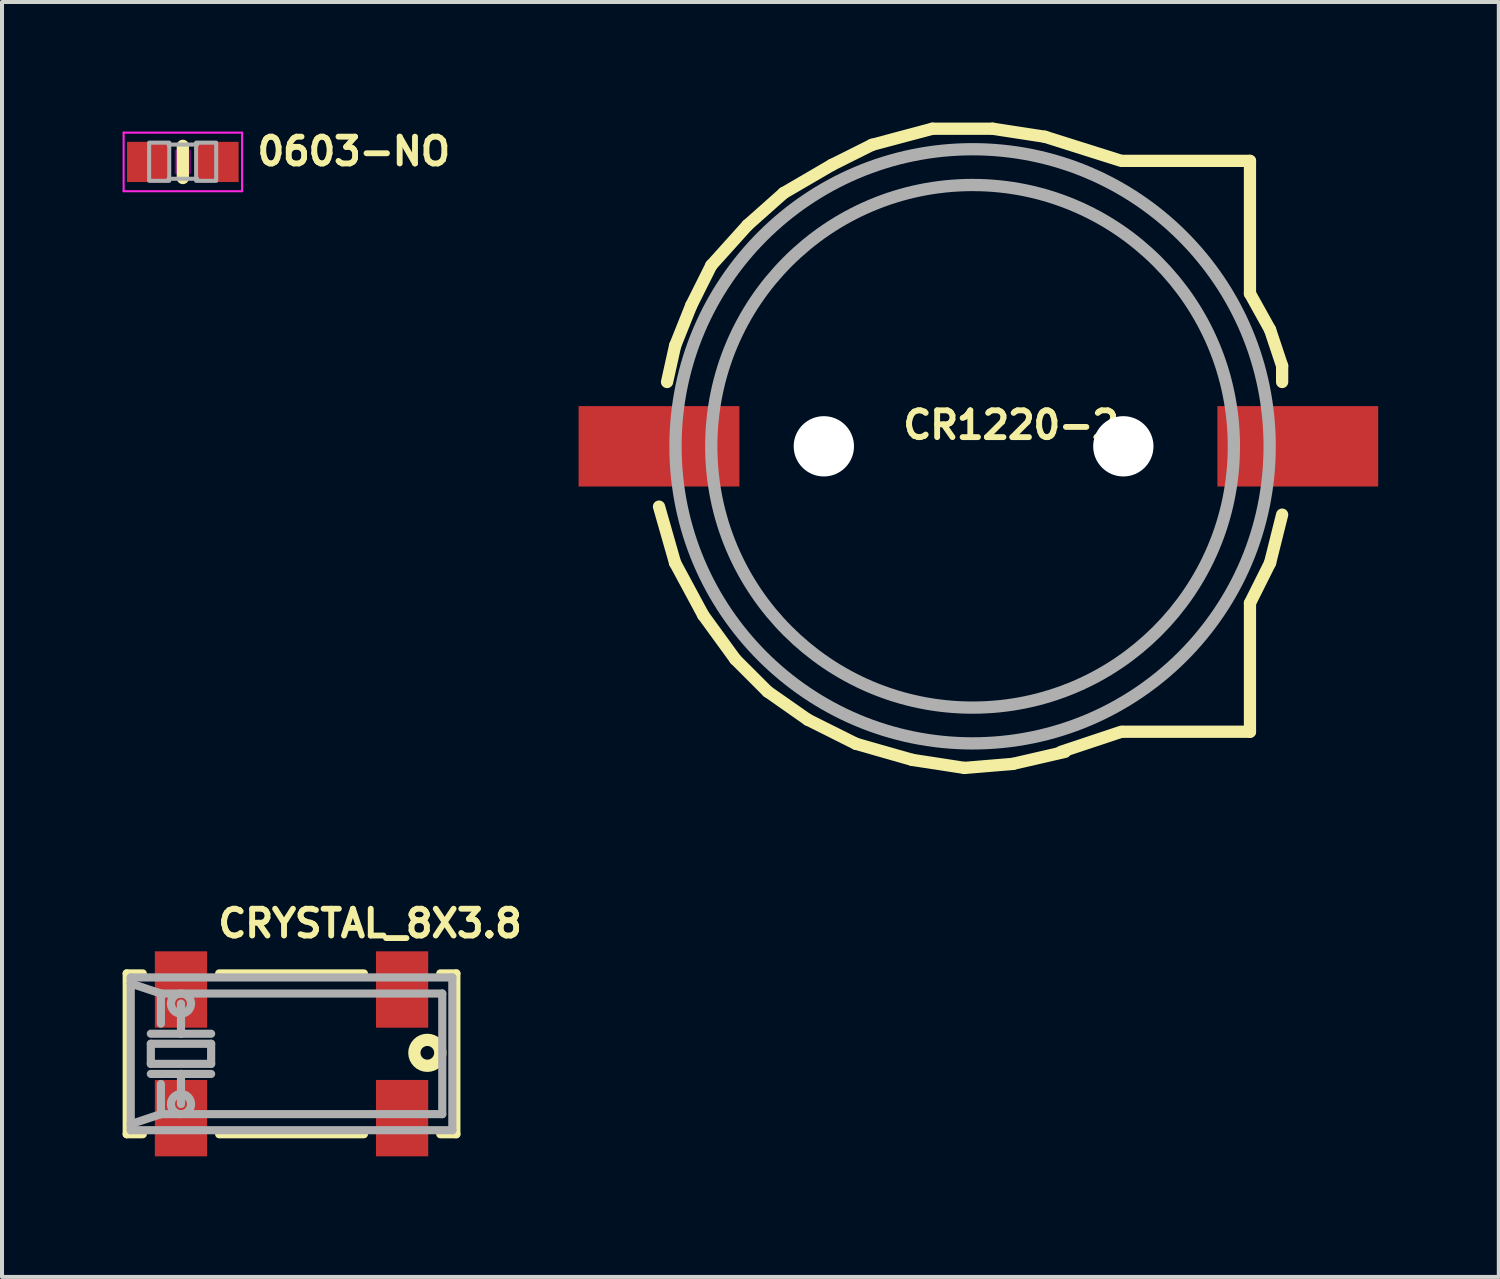
<source format=kicad_pcb>
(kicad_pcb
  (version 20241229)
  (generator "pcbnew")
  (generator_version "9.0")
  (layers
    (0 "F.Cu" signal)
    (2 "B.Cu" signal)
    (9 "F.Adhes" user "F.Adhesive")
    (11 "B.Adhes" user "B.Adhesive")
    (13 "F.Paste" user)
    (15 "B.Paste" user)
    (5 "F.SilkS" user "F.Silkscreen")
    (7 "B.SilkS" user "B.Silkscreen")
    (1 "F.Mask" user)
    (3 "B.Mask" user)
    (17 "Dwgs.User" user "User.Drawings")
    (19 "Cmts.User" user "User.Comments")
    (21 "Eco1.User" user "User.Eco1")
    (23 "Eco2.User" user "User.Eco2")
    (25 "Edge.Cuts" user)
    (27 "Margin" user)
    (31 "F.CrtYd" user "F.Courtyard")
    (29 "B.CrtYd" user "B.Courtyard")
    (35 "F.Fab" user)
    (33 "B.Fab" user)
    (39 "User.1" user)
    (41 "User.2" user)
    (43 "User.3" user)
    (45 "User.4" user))
  (footprint "CRYSTAL_8X3.8"
    (layer "F.Cu")
    (at 4.202 23.164)
    (property "Reference" "CRYSTAL_8X3.8" (at -1.9 -2.854 0) (layer "F.SilkS") (effects (font (size 0.666 0.666) (thickness 0.146)) (justify left bottom)))
    (fp_line (start -4.1 -2) (end -4.1 2) (stroke (width 0.203) (type solid)) (layer "F.SilkS"))
    (fp_line (start -4.1 2) (end -3.7 2) (stroke (width 0.203) (type solid)) (layer "F.SilkS"))
    (fp_line (start -3.7 -2) (end -4.1 -2) (stroke (width 0.203) (type solid)) (layer "F.SilkS"))
    (fp_line (start -1.8 -2) (end 1.8 -2) (stroke (width 0.203) (type solid)) (layer "F.SilkS"))
    (fp_line (start -1.8 2) (end 1.8 2) (stroke (width 0.203) (type solid)) (layer "F.SilkS"))
    (fp_line (start 3.7 -2) (end 4.1 -2) (stroke (width 0.203) (type solid)) (layer "F.SilkS"))
    (fp_line (start 4.1 -2) (end 4.1 2) (stroke (width 0.203) (type solid)) (layer "F.SilkS"))
    (fp_line (start 4.1 2) (end 3.7 2) (stroke (width 0.203) (type solid)) (layer "F.SilkS"))
    (fp_circle (center 3.378 -0.025) (end 3.701 -0.025) (stroke (width 0.305) (type solid)) (fill no) (layer "F.SilkS"))
    (fp_line (start -4 -1.9) (end 4 -1.9) (stroke (width 0.203) (type solid)) (layer "F.Fab"))
    (fp_line (start -4 -1.75) (end -4 -1.9) (stroke (width 0.203) (type solid)) (layer "F.Fab"))
    (fp_line (start -4 -1.75) (end -3.25 -1.5) (stroke (width 0.203) (type solid)) (layer "F.Fab"))
    (fp_line (start -4 1.75) (end -4 -1.75) (stroke (width 0.203) (type solid)) (layer "F.Fab"))
    (fp_line (start -4 1.75) (end -3.25 1.5) (stroke (width 0.203) (type solid)) (layer "F.Fab"))
    (fp_line (start -4 1.9) (end -4 1.75) (stroke (width 0.203) (type solid)) (layer "F.Fab"))
    (fp_line (start -3.5 -0.5) (end -2.75 -0.5) (stroke (width 0.203) (type solid)) (layer "F.Fab"))
    (fp_line (start -3.5 -0.25) (end -2 -0.25) (stroke (width 0.203) (type solid)) (layer "F.Fab"))
    (fp_line (start -3.5 0.25) (end -3.5 -0.25) (stroke (width 0.203) (type solid)) (layer "F.Fab"))
    (fp_line (start -3.5 0.5) (end -2.75 0.5) (stroke (width 0.203) (type solid)) (layer "F.Fab"))
    (fp_line (start -3.25 -1.5) (end -3.25 -0.75) (stroke (width 0.203) (type solid)) (layer "F.Fab"))
    (fp_line (start -3.25 -1.5) (end 3.75 -1.5) (stroke (width 0.203) (type solid)) (layer "F.Fab"))
    (fp_line (start -3.25 1.5) (end -3.25 0.75) (stroke (width 0.203) (type solid)) (layer "F.Fab"))
    (fp_line (start -2.75 -0.5) (end -2.75 -1.25) (stroke (width 0.203) (type solid)) (layer "F.Fab"))
    (fp_line (start -2.75 -0.5) (end -2 -0.5) (stroke (width 0.203) (type solid)) (layer "F.Fab"))
    (fp_line (start -2.75 0.5) (end -2.75 1.25) (stroke (width 0.203) (type solid)) (layer "F.Fab"))
    (fp_line (start -2.75 0.5) (end -2 0.5) (stroke (width 0.203) (type solid)) (layer "F.Fab"))
    (fp_line (start -2 -0.25) (end -2 0.25) (stroke (width 0.203) (type solid)) (layer "F.Fab"))
    (fp_line (start -2 0.25) (end -3.5 0.25) (stroke (width 0.203) (type solid)) (layer "F.Fab"))
    (fp_line (start 3.75 -1.5) (end 3.75 1.5) (stroke (width 0.203) (type solid)) (layer "F.Fab"))
    (fp_line (start 3.75 1.5) (end -3.25 1.5) (stroke (width 0.203) (type solid)) (layer "F.Fab"))
    (fp_line (start 4 -1.9) (end 4 1.9) (stroke (width 0.203) (type solid)) (layer "F.Fab"))
    (fp_line (start 4 1.9) (end -4 1.9) (stroke (width 0.203) (type solid)) (layer "F.Fab"))
    (fp_circle (center -2.75 -1.25) (end -2.5 -1.25) (stroke (width 0.203) (type solid)) (fill no) (layer "F.Fab"))
    (fp_circle (center -2.75 1.25) (end -2.5 1.25) (stroke (width 0.203) (type solid)) (fill no) (layer "F.Fab"))
    (pad "P$1" smd rect (at -2.75 1.6) (size 1.3 1.9) (layers "F.Cu" "F.Mask" "F.Paste"))
    (pad "P$2" smd rect (at 2.75 1.6) (size 1.3 1.9) (layers "F.Cu" "F.Mask" "F.Paste"))
    (pad "P$3" smd rect (at 2.75 -1.6) (size 1.3 1.9) (layers "F.Cu" "F.Mask" "F.Paste"))
    (pad "P$4" smd rect (at -2.75 -1.6) (size 1.3 1.9) (layers "F.Cu" "F.Mask" "F.Paste")))
  (footprint "CR1220-2"
    (layer "F.Cu")
    (at 20.943 8.052)
    (property "Reference" "CR1220-2" (at -1.602 -0.14 0) (layer "F.SilkS") (effects (font (size 0.666 0.666) (thickness 0.146)) (justify left bottom)))
    (fp_line (start -7.6 1.5) (end -7.2 2.9) (stroke (width 0.305) (type solid)) (layer "F.SilkS"))
    (fp_line (start -7.4 -1.6) (end -7.2 -2.5) (stroke (width 0.305) (type solid)) (layer "F.SilkS"))
    (fp_line (start -7.2 -2.5) (end -6.8 -3.5) (stroke (width 0.305) (type solid)) (layer "F.SilkS"))
    (fp_line (start -7.2 2.9) (end -6.5 4.2) (stroke (width 0.305) (type solid)) (layer "F.SilkS"))
    (fp_line (start -6.8 -3.5) (end -6.3 -4.5) (stroke (width 0.305) (type solid)) (layer "F.SilkS"))
    (fp_line (start -6.5 4.2) (end -5.7 5.3) (stroke (width 0.305) (type solid)) (layer "F.SilkS"))
    (fp_line (start -6.3 -4.5) (end -5.4 -5.5) (stroke (width 0.305) (type solid)) (layer "F.SilkS"))
    (fp_line (start -5.7 5.3) (end -4.9 6.1) (stroke (width 0.305) (type solid)) (layer "F.SilkS"))
    (fp_line (start -5.4 -5.5) (end -4.5 -6.3) (stroke (width 0.305) (type solid)) (layer "F.SilkS"))
    (fp_line (start -4.9 6.1) (end -3.9 6.8) (stroke (width 0.305) (type solid)) (layer "F.SilkS"))
    (fp_line (start -4.5 -6.3) (end -3.3 -7) (stroke (width 0.305) (type solid)) (layer "F.SilkS"))
    (fp_line (start -3.9 6.8) (end -2.7 7.4) (stroke (width 0.305) (type solid)) (layer "F.SilkS"))
    (fp_line (start -3.3 -7) (end -2.3 -7.5) (stroke (width 0.305) (type solid)) (layer "F.SilkS"))
    (fp_line (start -2.7 7.4) (end -1.3 7.8) (stroke (width 0.305) (type solid)) (layer "F.SilkS"))
    (fp_line (start -2.3 -7.5) (end -0.8 -7.9) (stroke (width 0.305) (type solid)) (layer "F.SilkS"))
    (fp_line (start -1.3 7.8) (end 0 8) (stroke (width 0.305) (type solid)) (layer "F.SilkS"))
    (fp_line (start -0.8 -7.9) (end 0.7 -7.9) (stroke (width 0.305) (type solid)) (layer "F.SilkS"))
    (fp_line (start 0 8) (end 1.2 7.9) (stroke (width 0.305) (type solid)) (layer "F.SilkS"))
    (fp_line (start 0.7 -7.9) (end 2 -7.7) (stroke (width 0.305) (type solid)) (layer "F.SilkS"))
    (fp_line (start 1.2 7.9) (end 2.5 7.6) (stroke (width 0.305) (type solid)) (layer "F.SilkS"))
    (fp_line (start 2 -7.7) (end 3.9 -7.1) (stroke (width 0.305) (type solid)) (layer "F.SilkS"))
    (fp_line (start 2.4 7.6) (end 3.9 7.1) (stroke (width 0.305) (type solid)) (layer "F.SilkS"))
    (fp_line (start 3.95 -7.1) (end 7.1 -7.1) (stroke (width 0.305) (type solid)) (layer "F.SilkS"))
    (fp_line (start 3.95 7.1) (end 7.1 7.1) (stroke (width 0.305) (type solid)) (layer "F.SilkS"))
    (fp_line (start 7.1 -7.1) (end 7.1 -3.8) (stroke (width 0.305) (type solid)) (layer "F.SilkS"))
    (fp_line (start 7.1 -3.8) (end 7.6 -2.9) (stroke (width 0.305) (type solid)) (layer "F.SilkS"))
    (fp_line (start 7.1 3.9) (end 7.6 2.9) (stroke (width 0.305) (type solid)) (layer "F.SilkS"))
    (fp_line (start 7.1 7.1) (end 7.1 3.9) (stroke (width 0.305) (type solid)) (layer "F.SilkS"))
    (fp_line (start 7.6 -2.9) (end 7.9 -2) (stroke (width 0.305) (type solid)) (layer "F.SilkS"))
    (fp_line (start 7.6 2.9) (end 7.9 1.7) (stroke (width 0.305) (type solid)) (layer "F.SilkS"))
    (fp_line (start 7.9 -2) (end 7.9 -1.6) (stroke (width 0.305) (type solid)) (layer "F.SilkS"))
    (fp_circle (center 0.2 0) (end 6.7 0) (stroke (width 0.305) (type solid)) (fill no) (layer "F.Fab"))
    (fp_circle (center 0.2 0) (end 7.59 0) (stroke (width 0.305) (type solid)) (fill no) (layer "F.Fab"))
    (pad "" np_thru_hole circle (at -3.5 0) (size 1.5 1.5) (drill 1.5) (layers "*.Cu" "*.Mask"))
    (pad "" np_thru_hole circle (at 3.95 0) (size 1.5 1.5) (drill 1.5) (layers "*.Cu" "*.Mask"))
    (pad "1" smd rect (at 8.29 0) (size 4 2) (layers "F.Cu" "F.Mask" "F.Paste"))
    (pad "2" smd rect (at -7.6 0) (size 4 2) (layers "F.Cu" "F.Mask" "F.Paste")))
  (footprint "0603-NO"
    (layer "F.Cu")
    (at 1.498 0.978)
    (property "Reference" "0603-NO" (at 1.778 0.127 0) (layer "F.SilkS") (effects (font (size 0.666 0.666) (thickness 0.146)) (justify left bottom)))
    (fp_line (start 0 -0.4) (end 0 0.4) (stroke (width 0.305) (type solid)) (layer "F.SilkS"))
    (fp_poly (pts (xy -0.2 0.3) (xy 0.2 0.3) (xy 0.2 -0.3) (xy -0.2 -0.3)) (stroke (width 0) (type solid)) (fill yes) (layer "F.Adhes"))
    (fp_line (start -1.473 -0.729) (end 1.473 -0.729) (stroke (width 0.051) (type solid)) (layer "F.CrtYd"))
    (fp_line (start -1.473 0.729) (end -1.473 -0.729) (stroke (width 0.051) (type solid)) (layer "F.CrtYd"))
    (fp_line (start 1.473 -0.729) (end 1.473 0.729) (stroke (width 0.051) (type solid)) (layer "F.CrtYd"))
    (fp_line (start 1.473 0.729) (end -1.473 0.729) (stroke (width 0.051) (type solid)) (layer "F.CrtYd"))
    (fp_line (start -0.356 -0.432) (end 0.356 -0.432) (stroke (width 0.102) (type solid)) (layer "F.Fab"))
    (fp_line (start -0.356 0.419) (end 0.356 0.419) (stroke (width 0.102) (type solid)) (layer "F.Fab"))
    (fp_poly (pts (xy -0.838 0.47) (xy -0.338 0.47) (xy -0.338 -0.48) (xy -0.838 -0.48)) (stroke (width 0.1) (type solid)) (fill no) (layer "F.Fab"))
    (fp_poly (pts (xy 0.33 0.47) (xy 0.83 0.47) (xy 0.83 -0.48) (xy 0.33 -0.48)) (stroke (width 0.1) (type solid)) (fill no) (layer "F.Fab"))
    (pad "1" smd rect (at -0.85 0) (size 1.075 1) (layers "F.Cu" "F.Mask" "F.Paste"))
    (pad "2" smd rect (at 0.85 0) (size 1.075 1) (layers "F.Cu" "F.Mask" "F.Paste")))
  (gr_rect
    (start -3 -3)
    (end 34.233 28.714)
    (stroke (width 0.1) (type default))
    (fill no)
    (layer "Edge.Cuts")))
</source>
